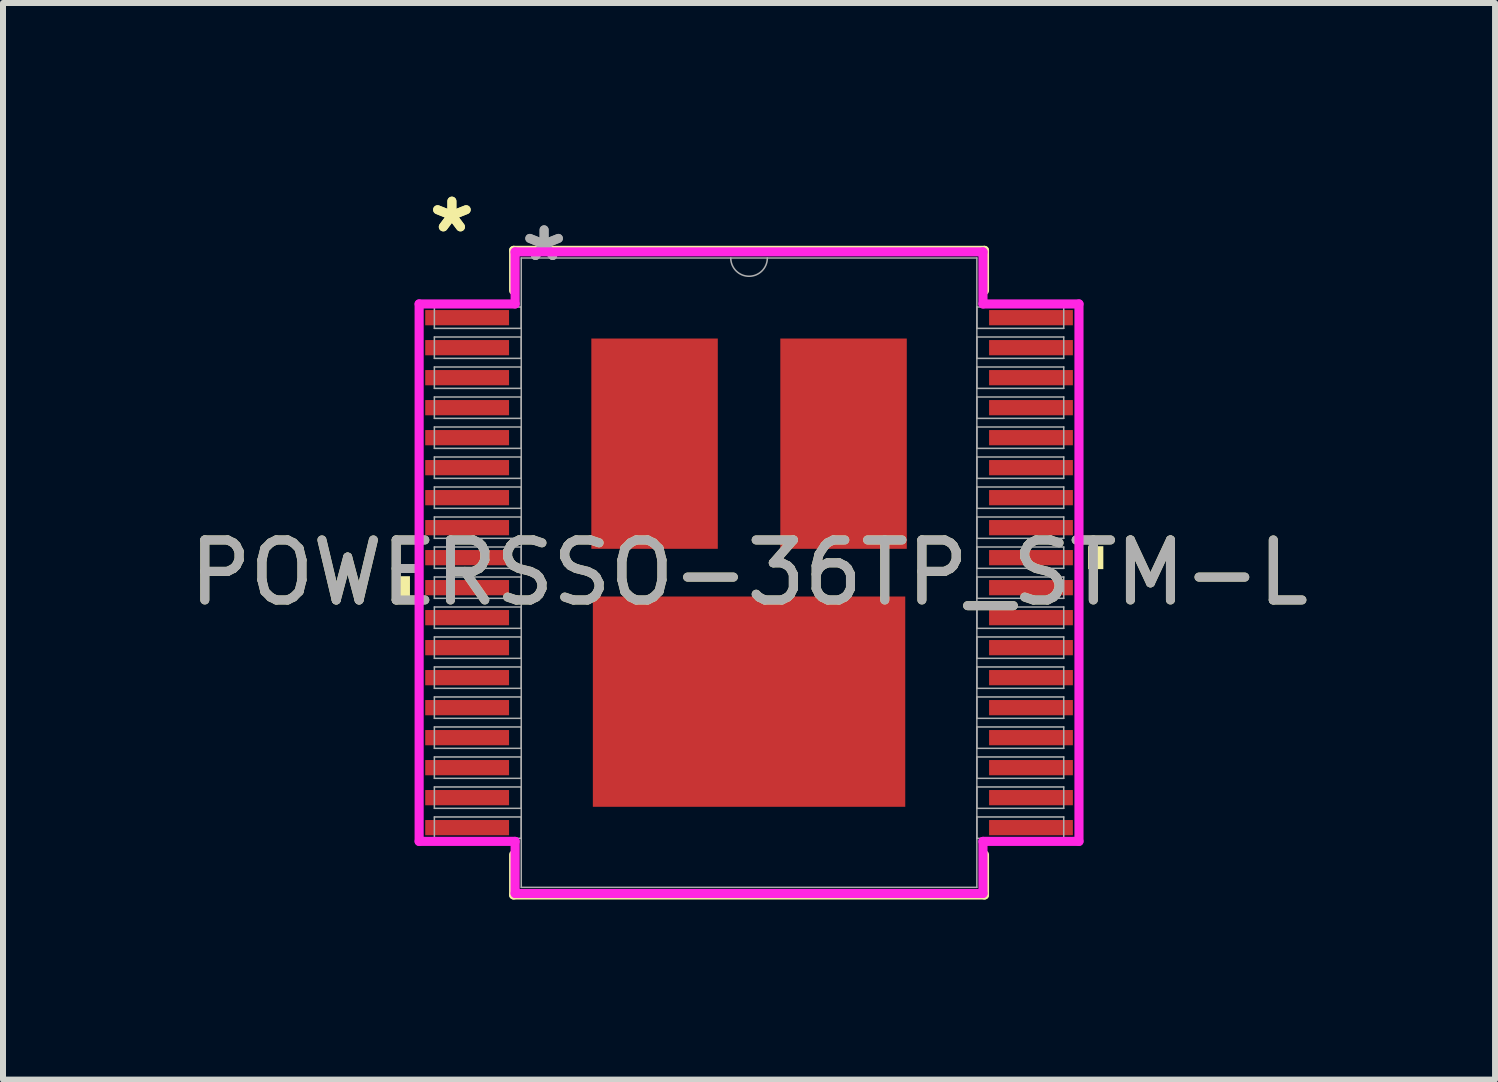
<source format=kicad_pcb>
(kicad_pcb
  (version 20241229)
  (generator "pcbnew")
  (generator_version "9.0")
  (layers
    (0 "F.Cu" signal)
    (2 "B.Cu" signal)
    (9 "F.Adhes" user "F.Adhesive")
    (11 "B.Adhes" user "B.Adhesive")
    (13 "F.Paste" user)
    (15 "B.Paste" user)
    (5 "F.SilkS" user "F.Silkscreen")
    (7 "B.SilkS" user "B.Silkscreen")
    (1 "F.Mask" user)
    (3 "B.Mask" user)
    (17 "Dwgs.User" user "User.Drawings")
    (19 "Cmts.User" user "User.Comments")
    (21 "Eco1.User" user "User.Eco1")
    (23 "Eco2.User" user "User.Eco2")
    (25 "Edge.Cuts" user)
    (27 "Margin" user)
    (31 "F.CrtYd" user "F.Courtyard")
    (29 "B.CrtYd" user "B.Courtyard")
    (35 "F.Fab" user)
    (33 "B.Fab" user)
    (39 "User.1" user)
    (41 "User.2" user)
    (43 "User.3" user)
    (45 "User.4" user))
  (footprint "POWERSSO-36TP_STM-L"
    (layer "F.Cu")
    (at 9.435 6.495)
    (property "Reference" "POWERSSO-36TP_STM-L" (at 0 0 0) (unlocked yes) (layer "F.SilkS") (effects (font (size 1 1) (thickness 0.15))))
    (attr smd)
    (fp_line (start -3.924 -5.372) (end -3.924 -4.701) (stroke (width 0.152) (type solid)) (layer "F.SilkS"))
    (fp_line (start -3.924 4.701) (end -3.924 5.372) (stroke (width 0.152) (type solid)) (layer "F.SilkS"))
    (fp_line (start -3.924 5.372) (end 3.924 5.372) (stroke (width 0.152) (type solid)) (layer "F.SilkS"))
    (fp_line (start 3.924 -5.372) (end -3.924 -5.372) (stroke (width 0.152) (type solid)) (layer "F.SilkS"))
    (fp_line (start 3.924 -4.701) (end 3.924 -5.372) (stroke (width 0.152) (type solid)) (layer "F.SilkS"))
    (fp_line (start 3.924 5.372) (end 3.924 4.701) (stroke (width 0.152) (type solid)) (layer "F.SilkS"))
    (fp_poly (pts (xy -5.905 0.059) (xy -5.905 0.441) (xy -5.652 0.441) (xy -5.652 0.059)) (stroke (width 0) (type solid)) (fill yes) (layer "F.SilkS"))
    (fp_poly (pts (xy 5.905 -0.441) (xy 5.905 -0.059) (xy 5.652 -0.059) (xy 5.652 -0.441)) (stroke (width 0) (type solid)) (fill yes) (layer "F.SilkS"))
    (fp_line (start -5.499 -4.479) (end -3.899 -4.479) (stroke (width 0.152) (type solid)) (layer "F.CrtYd"))
    (fp_line (start -5.499 4.479) (end -5.499 -4.479) (stroke (width 0.152) (type solid)) (layer "F.CrtYd"))
    (fp_line (start -5.499 4.479) (end -3.899 4.479) (stroke (width 0.152) (type solid)) (layer "F.CrtYd"))
    (fp_line (start -3.899 -5.347) (end 3.899 -5.347) (stroke (width 0.152) (type solid)) (layer "F.CrtYd"))
    (fp_line (start -3.899 -4.479) (end -3.899 -5.347) (stroke (width 0.152) (type solid)) (layer "F.CrtYd"))
    (fp_line (start -3.899 5.347) (end -3.899 4.479) (stroke (width 0.152) (type solid)) (layer "F.CrtYd"))
    (fp_line (start 3.899 -5.347) (end 3.899 -4.479) (stroke (width 0.152) (type solid)) (layer "F.CrtYd"))
    (fp_line (start 3.899 4.479) (end 3.899 5.347) (stroke (width 0.152) (type solid)) (layer "F.CrtYd"))
    (fp_line (start 3.899 5.347) (end -3.899 5.347) (stroke (width 0.152) (type solid)) (layer "F.CrtYd"))
    (fp_line (start 5.499 -4.479) (end 3.899 -4.479) (stroke (width 0.152) (type solid)) (layer "F.CrtYd"))
    (fp_line (start 5.499 -4.479) (end 5.499 4.479) (stroke (width 0.152) (type solid)) (layer "F.CrtYd"))
    (fp_line (start 5.499 4.479) (end 3.899 4.479) (stroke (width 0.152) (type solid)) (layer "F.CrtYd"))
    (fp_line (start -5.245 -4.428) (end -5.245 -4.072) (stroke (width 0.025) (type solid)) (layer "F.Fab"))
    (fp_line (start -5.245 -4.072) (end -3.797 -4.072) (stroke (width 0.025) (type solid)) (layer "F.Fab"))
    (fp_line (start -5.245 -3.928) (end -5.245 -3.572) (stroke (width 0.025) (type solid)) (layer "F.Fab"))
    (fp_line (start -5.245 -3.572) (end -3.797 -3.572) (stroke (width 0.025) (type solid)) (layer "F.Fab"))
    (fp_line (start -5.245 -3.428) (end -5.245 -3.072) (stroke (width 0.025) (type solid)) (layer "F.Fab"))
    (fp_line (start -5.245 -3.072) (end -3.797 -3.072) (stroke (width 0.025) (type solid)) (layer "F.Fab"))
    (fp_line (start -5.245 -2.928) (end -5.245 -2.572) (stroke (width 0.025) (type solid)) (layer "F.Fab"))
    (fp_line (start -5.245 -2.572) (end -3.797 -2.572) (stroke (width 0.025) (type solid)) (layer "F.Fab"))
    (fp_line (start -5.245 -2.428) (end -5.245 -2.072) (stroke (width 0.025) (type solid)) (layer "F.Fab"))
    (fp_line (start -5.245 -2.072) (end -3.797 -2.072) (stroke (width 0.025) (type solid)) (layer "F.Fab"))
    (fp_line (start -5.245 -1.928) (end -5.245 -1.572) (stroke (width 0.025) (type solid)) (layer "F.Fab"))
    (fp_line (start -5.245 -1.572) (end -3.797 -1.572) (stroke (width 0.025) (type solid)) (layer "F.Fab"))
    (fp_line (start -5.245 -1.428) (end -5.245 -1.072) (stroke (width 0.025) (type solid)) (layer "F.Fab"))
    (fp_line (start -5.245 -1.072) (end -3.797 -1.072) (stroke (width 0.025) (type solid)) (layer "F.Fab"))
    (fp_line (start -5.245 -0.928) (end -5.245 -0.572) (stroke (width 0.025) (type solid)) (layer "F.Fab"))
    (fp_line (start -5.245 -0.572) (end -3.797 -0.572) (stroke (width 0.025) (type solid)) (layer "F.Fab"))
    (fp_line (start -5.245 -0.428) (end -5.245 -0.072) (stroke (width 0.025) (type solid)) (layer "F.Fab"))
    (fp_line (start -5.245 -0.072) (end -3.797 -0.072) (stroke (width 0.025) (type solid)) (layer "F.Fab"))
    (fp_line (start -5.245 0.072) (end -5.245 0.428) (stroke (width 0.025) (type solid)) (layer "F.Fab"))
    (fp_line (start -5.245 0.428) (end -3.797 0.428) (stroke (width 0.025) (type solid)) (layer "F.Fab"))
    (fp_line (start -5.245 0.572) (end -5.245 0.928) (stroke (width 0.025) (type solid)) (layer "F.Fab"))
    (fp_line (start -5.245 0.928) (end -3.797 0.928) (stroke (width 0.025) (type solid)) (layer "F.Fab"))
    (fp_line (start -5.245 1.072) (end -5.245 1.428) (stroke (width 0.025) (type solid)) (layer "F.Fab"))
    (fp_line (start -5.245 1.428) (end -3.797 1.428) (stroke (width 0.025) (type solid)) (layer "F.Fab"))
    (fp_line (start -5.245 1.572) (end -5.245 1.928) (stroke (width 0.025) (type solid)) (layer "F.Fab"))
    (fp_line (start -5.245 1.928) (end -3.797 1.928) (stroke (width 0.025) (type solid)) (layer "F.Fab"))
    (fp_line (start -5.245 2.072) (end -5.245 2.428) (stroke (width 0.025) (type solid)) (layer "F.Fab"))
    (fp_line (start -5.245 2.428) (end -3.797 2.428) (stroke (width 0.025) (type solid)) (layer "F.Fab"))
    (fp_line (start -5.245 2.572) (end -5.245 2.928) (stroke (width 0.025) (type solid)) (layer "F.Fab"))
    (fp_line (start -5.245 2.928) (end -3.797 2.928) (stroke (width 0.025) (type solid)) (layer "F.Fab"))
    (fp_line (start -5.245 3.072) (end -5.245 3.428) (stroke (width 0.025) (type solid)) (layer "F.Fab"))
    (fp_line (start -5.245 3.428) (end -3.797 3.428) (stroke (width 0.025) (type solid)) (layer "F.Fab"))
    (fp_line (start -5.245 3.572) (end -5.245 3.928) (stroke (width 0.025) (type solid)) (layer "F.Fab"))
    (fp_line (start -5.245 3.928) (end -3.797 3.928) (stroke (width 0.025) (type solid)) (layer "F.Fab"))
    (fp_line (start -5.245 4.072) (end -5.245 4.428) (stroke (width 0.025) (type solid)) (layer "F.Fab"))
    (fp_line (start -5.245 4.428) (end -3.797 4.428) (stroke (width 0.025) (type solid)) (layer "F.Fab"))
    (fp_line (start -3.797 -5.245) (end -3.797 5.245) (stroke (width 0.025) (type solid)) (layer "F.Fab"))
    (fp_line (start -3.797 -4.428) (end -5.245 -4.428) (stroke (width 0.025) (type solid)) (layer "F.Fab"))
    (fp_line (start -3.797 -4.072) (end -3.797 -4.428) (stroke (width 0.025) (type solid)) (layer "F.Fab"))
    (fp_line (start -3.797 -3.928) (end -5.245 -3.928) (stroke (width 0.025) (type solid)) (layer "F.Fab"))
    (fp_line (start -3.797 -3.572) (end -3.797 -3.928) (stroke (width 0.025) (type solid)) (layer "F.Fab"))
    (fp_line (start -3.797 -3.428) (end -5.245 -3.428) (stroke (width 0.025) (type solid)) (layer "F.Fab"))
    (fp_line (start -3.797 -3.072) (end -3.797 -3.428) (stroke (width 0.025) (type solid)) (layer "F.Fab"))
    (fp_line (start -3.797 -2.928) (end -5.245 -2.928) (stroke (width 0.025) (type solid)) (layer "F.Fab"))
    (fp_line (start -3.797 -2.572) (end -3.797 -2.928) (stroke (width 0.025) (type solid)) (layer "F.Fab"))
    (fp_line (start -3.797 -2.428) (end -5.245 -2.428) (stroke (width 0.025) (type solid)) (layer "F.Fab"))
    (fp_line (start -3.797 -2.072) (end -3.797 -2.428) (stroke (width 0.025) (type solid)) (layer "F.Fab"))
    (fp_line (start -3.797 -1.928) (end -5.245 -1.928) (stroke (width 0.025) (type solid)) (layer "F.Fab"))
    (fp_line (start -3.797 -1.572) (end -3.797 -1.928) (stroke (width 0.025) (type solid)) (layer "F.Fab"))
    (fp_line (start -3.797 -1.428) (end -5.245 -1.428) (stroke (width 0.025) (type solid)) (layer "F.Fab"))
    (fp_line (start -3.797 -1.072) (end -3.797 -1.428) (stroke (width 0.025) (type solid)) (layer "F.Fab"))
    (fp_line (start -3.797 -0.928) (end -5.245 -0.928) (stroke (width 0.025) (type solid)) (layer "F.Fab"))
    (fp_line (start -3.797 -0.572) (end -3.797 -0.928) (stroke (width 0.025) (type solid)) (layer "F.Fab"))
    (fp_line (start -3.797 -0.428) (end -5.245 -0.428) (stroke (width 0.025) (type solid)) (layer "F.Fab"))
    (fp_line (start -3.797 -0.072) (end -3.797 -0.428) (stroke (width 0.025) (type solid)) (layer "F.Fab"))
    (fp_line (start -3.797 0.072) (end -5.245 0.072) (stroke (width 0.025) (type solid)) (layer "F.Fab"))
    (fp_line (start -3.797 0.428) (end -3.797 0.072) (stroke (width 0.025) (type solid)) (layer "F.Fab"))
    (fp_line (start -3.797 0.572) (end -5.245 0.572) (stroke (width 0.025) (type solid)) (layer "F.Fab"))
    (fp_line (start -3.797 0.928) (end -3.797 0.572) (stroke (width 0.025) (type solid)) (layer "F.Fab"))
    (fp_line (start -3.797 1.072) (end -5.245 1.072) (stroke (width 0.025) (type solid)) (layer "F.Fab"))
    (fp_line (start -3.797 1.428) (end -3.797 1.072) (stroke (width 0.025) (type solid)) (layer "F.Fab"))
    (fp_line (start -3.797 1.572) (end -5.245 1.572) (stroke (width 0.025) (type solid)) (layer "F.Fab"))
    (fp_line (start -3.797 1.928) (end -3.797 1.572) (stroke (width 0.025) (type solid)) (layer "F.Fab"))
    (fp_line (start -3.797 2.072) (end -5.245 2.072) (stroke (width 0.025) (type solid)) (layer "F.Fab"))
    (fp_line (start -3.797 2.428) (end -3.797 2.072) (stroke (width 0.025) (type solid)) (layer "F.Fab"))
    (fp_line (start -3.797 2.572) (end -5.245 2.572) (stroke (width 0.025) (type solid)) (layer "F.Fab"))
    (fp_line (start -3.797 2.928) (end -3.797 2.572) (stroke (width 0.025) (type solid)) (layer "F.Fab"))
    (fp_line (start -3.797 3.072) (end -5.245 3.072) (stroke (width 0.025) (type solid)) (layer "F.Fab"))
    (fp_line (start -3.797 3.428) (end -3.797 3.072) (stroke (width 0.025) (type solid)) (layer "F.Fab"))
    (fp_line (start -3.797 3.572) (end -5.245 3.572) (stroke (width 0.025) (type solid)) (layer "F.Fab"))
    (fp_line (start -3.797 3.928) (end -3.797 3.572) (stroke (width 0.025) (type solid)) (layer "F.Fab"))
    (fp_line (start -3.797 4.072) (end -5.245 4.072) (stroke (width 0.025) (type solid)) (layer "F.Fab"))
    (fp_line (start -3.797 4.428) (end -3.797 4.072) (stroke (width 0.025) (type solid)) (layer "F.Fab"))
    (fp_line (start -3.797 5.245) (end 3.797 5.245) (stroke (width 0.025) (type solid)) (layer "F.Fab"))
    (fp_line (start 3.797 -5.245) (end -3.797 -5.245) (stroke (width 0.025) (type solid)) (layer "F.Fab"))
    (fp_line (start 3.797 -4.428) (end 3.797 -4.072) (stroke (width 0.025) (type solid)) (layer "F.Fab"))
    (fp_line (start 3.797 -4.072) (end 5.245 -4.072) (stroke (width 0.025) (type solid)) (layer "F.Fab"))
    (fp_line (start 3.797 -3.928) (end 3.797 -3.572) (stroke (width 0.025) (type solid)) (layer "F.Fab"))
    (fp_line (start 3.797 -3.572) (end 5.245 -3.572) (stroke (width 0.025) (type solid)) (layer "F.Fab"))
    (fp_line (start 3.797 -3.428) (end 3.797 -3.072) (stroke (width 0.025) (type solid)) (layer "F.Fab"))
    (fp_line (start 3.797 -3.072) (end 5.245 -3.072) (stroke (width 0.025) (type solid)) (layer "F.Fab"))
    (fp_line (start 3.797 -2.928) (end 3.797 -2.572) (stroke (width 0.025) (type solid)) (layer "F.Fab"))
    (fp_line (start 3.797 -2.572) (end 5.245 -2.572) (stroke (width 0.025) (type solid)) (layer "F.Fab"))
    (fp_line (start 3.797 -2.428) (end 3.797 -2.072) (stroke (width 0.025) (type solid)) (layer "F.Fab"))
    (fp_line (start 3.797 -2.072) (end 5.245 -2.072) (stroke (width 0.025) (type solid)) (layer "F.Fab"))
    (fp_line (start 3.797 -1.928) (end 3.797 -1.572) (stroke (width 0.025) (type solid)) (layer "F.Fab"))
    (fp_line (start 3.797 -1.572) (end 5.245 -1.572) (stroke (width 0.025) (type solid)) (layer "F.Fab"))
    (fp_line (start 3.797 -1.428) (end 3.797 -1.072) (stroke (width 0.025) (type solid)) (layer "F.Fab"))
    (fp_line (start 3.797 -1.072) (end 5.245 -1.072) (stroke (width 0.025) (type solid)) (layer "F.Fab"))
    (fp_line (start 3.797 -0.928) (end 3.797 -0.572) (stroke (width 0.025) (type solid)) (layer "F.Fab"))
    (fp_line (start 3.797 -0.572) (end 5.245 -0.572) (stroke (width 0.025) (type solid)) (layer "F.Fab"))
    (fp_line (start 3.797 -0.428) (end 3.797 -0.072) (stroke (width 0.025) (type solid)) (layer "F.Fab"))
    (fp_line (start 3.797 -0.072) (end 5.245 -0.072) (stroke (width 0.025) (type solid)) (layer "F.Fab"))
    (fp_line (start 3.797 0.072) (end 3.797 0.428) (stroke (width 0.025) (type solid)) (layer "F.Fab"))
    (fp_line (start 3.797 0.428) (end 5.245 0.428) (stroke (width 0.025) (type solid)) (layer "F.Fab"))
    (fp_line (start 3.797 0.572) (end 3.797 0.928) (stroke (width 0.025) (type solid)) (layer "F.Fab"))
    (fp_line (start 3.797 0.928) (end 5.245 0.928) (stroke (width 0.025) (type solid)) (layer "F.Fab"))
    (fp_line (start 3.797 1.072) (end 3.797 1.428) (stroke (width 0.025) (type solid)) (layer "F.Fab"))
    (fp_line (start 3.797 1.428) (end 5.245 1.428) (stroke (width 0.025) (type solid)) (layer "F.Fab"))
    (fp_line (start 3.797 1.572) (end 3.797 1.928) (stroke (width 0.025) (type solid)) (layer "F.Fab"))
    (fp_line (start 3.797 1.928) (end 5.245 1.928) (stroke (width 0.025) (type solid)) (layer "F.Fab"))
    (fp_line (start 3.797 2.072) (end 3.797 2.428) (stroke (width 0.025) (type solid)) (layer "F.Fab"))
    (fp_line (start 3.797 2.428) (end 5.245 2.428) (stroke (width 0.025) (type solid)) (layer "F.Fab"))
    (fp_line (start 3.797 2.572) (end 3.797 2.928) (stroke (width 0.025) (type solid)) (layer "F.Fab"))
    (fp_line (start 3.797 2.928) (end 5.245 2.928) (stroke (width 0.025) (type solid)) (layer "F.Fab"))
    (fp_line (start 3.797 3.072) (end 3.797 3.428) (stroke (width 0.025) (type solid)) (layer "F.Fab"))
    (fp_line (start 3.797 3.428) (end 5.245 3.428) (stroke (width 0.025) (type solid)) (layer "F.Fab"))
    (fp_line (start 3.797 3.572) (end 3.797 3.928) (stroke (width 0.025) (type solid)) (layer "F.Fab"))
    (fp_line (start 3.797 3.928) (end 5.245 3.928) (stroke (width 0.025) (type solid)) (layer "F.Fab"))
    (fp_line (start 3.797 4.072) (end 3.797 4.428) (stroke (width 0.025) (type solid)) (layer "F.Fab"))
    (fp_line (start 3.797 4.428) (end 5.245 4.428) (stroke (width 0.025) (type solid)) (layer "F.Fab"))
    (fp_line (start 3.797 5.245) (end 3.797 -5.245) (stroke (width 0.025) (type solid)) (layer "F.Fab"))
    (fp_line (start 5.245 -4.428) (end 3.797 -4.428) (stroke (width 0.025) (type solid)) (layer "F.Fab"))
    (fp_line (start 5.245 -4.072) (end 5.245 -4.428) (stroke (width 0.025) (type solid)) (layer "F.Fab"))
    (fp_line (start 5.245 -3.928) (end 3.797 -3.928) (stroke (width 0.025) (type solid)) (layer "F.Fab"))
    (fp_line (start 5.245 -3.572) (end 5.245 -3.928) (stroke (width 0.025) (type solid)) (layer "F.Fab"))
    (fp_line (start 5.245 -3.428) (end 3.797 -3.428) (stroke (width 0.025) (type solid)) (layer "F.Fab"))
    (fp_line (start 5.245 -3.072) (end 5.245 -3.428) (stroke (width 0.025) (type solid)) (layer "F.Fab"))
    (fp_line (start 5.245 -2.928) (end 3.797 -2.928) (stroke (width 0.025) (type solid)) (layer "F.Fab"))
    (fp_line (start 5.245 -2.572) (end 5.245 -2.928) (stroke (width 0.025) (type solid)) (layer "F.Fab"))
    (fp_line (start 5.245 -2.428) (end 3.797 -2.428) (stroke (width 0.025) (type solid)) (layer "F.Fab"))
    (fp_line (start 5.245 -2.072) (end 5.245 -2.428) (stroke (width 0.025) (type solid)) (layer "F.Fab"))
    (fp_line (start 5.245 -1.928) (end 3.797 -1.928) (stroke (width 0.025) (type solid)) (layer "F.Fab"))
    (fp_line (start 5.245 -1.572) (end 5.245 -1.928) (stroke (width 0.025) (type solid)) (layer "F.Fab"))
    (fp_line (start 5.245 -1.428) (end 3.797 -1.428) (stroke (width 0.025) (type solid)) (layer "F.Fab"))
    (fp_line (start 5.245 -1.072) (end 5.245 -1.428) (stroke (width 0.025) (type solid)) (layer "F.Fab"))
    (fp_line (start 5.245 -0.928) (end 3.797 -0.928) (stroke (width 0.025) (type solid)) (layer "F.Fab"))
    (fp_line (start 5.245 -0.572) (end 5.245 -0.928) (stroke (width 0.025) (type solid)) (layer "F.Fab"))
    (fp_line (start 5.245 -0.428) (end 3.797 -0.428) (stroke (width 0.025) (type solid)) (layer "F.Fab"))
    (fp_line (start 5.245 -0.072) (end 5.245 -0.428) (stroke (width 0.025) (type solid)) (layer "F.Fab"))
    (fp_line (start 5.245 0.072) (end 3.797 0.072) (stroke (width 0.025) (type solid)) (layer "F.Fab"))
    (fp_line (start 5.245 0.428) (end 5.245 0.072) (stroke (width 0.025) (type solid)) (layer "F.Fab"))
    (fp_line (start 5.245 0.572) (end 3.797 0.572) (stroke (width 0.025) (type solid)) (layer "F.Fab"))
    (fp_line (start 5.245 0.928) (end 5.245 0.572) (stroke (width 0.025) (type solid)) (layer "F.Fab"))
    (fp_line (start 5.245 1.072) (end 3.797 1.072) (stroke (width 0.025) (type solid)) (layer "F.Fab"))
    (fp_line (start 5.245 1.428) (end 5.245 1.072) (stroke (width 0.025) (type solid)) (layer "F.Fab"))
    (fp_line (start 5.245 1.572) (end 3.797 1.572) (stroke (width 0.025) (type solid)) (layer "F.Fab"))
    (fp_line (start 5.245 1.928) (end 5.245 1.572) (stroke (width 0.025) (type solid)) (layer "F.Fab"))
    (fp_line (start 5.245 2.072) (end 3.797 2.072) (stroke (width 0.025) (type solid)) (layer "F.Fab"))
    (fp_line (start 5.245 2.428) (end 5.245 2.072) (stroke (width 0.025) (type solid)) (layer "F.Fab"))
    (fp_line (start 5.245 2.572) (end 3.797 2.572) (stroke (width 0.025) (type solid)) (layer "F.Fab"))
    (fp_line (start 5.245 2.928) (end 5.245 2.572) (stroke (width 0.025) (type solid)) (layer "F.Fab"))
    (fp_line (start 5.245 3.072) (end 3.797 3.072) (stroke (width 0.025) (type solid)) (layer "F.Fab"))
    (fp_line (start 5.245 3.428) (end 5.245 3.072) (stroke (width 0.025) (type solid)) (layer "F.Fab"))
    (fp_line (start 5.245 3.572) (end 3.797 3.572) (stroke (width 0.025) (type solid)) (layer "F.Fab"))
    (fp_line (start 5.245 3.928) (end 5.245 3.572) (stroke (width 0.025) (type solid)) (layer "F.Fab"))
    (fp_line (start 5.245 4.072) (end 3.797 4.072) (stroke (width 0.025) (type solid)) (layer "F.Fab"))
    (fp_line (start 5.245 4.428) (end 5.245 4.072) (stroke (width 0.025) (type solid)) (layer "F.Fab"))
    (fp_arc (start 0.3048 -5.2451) (mid 0 -4.9403) (end -0.3048 -5.2451) (stroke (width 0.0254) (type solid)) (layer "F.Fab"))
    (fp_text user "*" (at -4.953 -5.647 0) (unlocked yes) (layer "F.SilkS") (effects (font (size 1 1) (thickness 0.15))))
    (fp_text user "*" (at -4.953 -5.647 0) (layer "F.SilkS") (effects (font (size 1 1) (thickness 0.15))))
    (fp_text user "*" (at -3.416 -5.169 0) (layer "F.Fab") (effects (font (size 1 1) (thickness 0.15))))
    (fp_text user "${REFERENCE}" (at 0 0 0) (unlocked yes) (layer "F.Fab") (effects (font (size 1 1) (thickness 0.15))))
    (fp_text user "*" (at -3.416 -5.169 0) (unlocked yes) (layer "F.Fab") (effects (font (size 1 1) (thickness 0.15))))
    (pad "1" smd rect (at -4.699 -4.25) (size 1.397 0.254) (layers "F.Cu" "F.Mask" "F.Paste"))
    (pad "2" smd rect (at -4.699 -3.75) (size 1.397 0.254) (layers "F.Cu" "F.Mask" "F.Paste"))
    (pad "3" smd rect (at -4.699 -3.25) (size 1.397 0.254) (layers "F.Cu" "F.Mask" "F.Paste"))
    (pad "4" smd rect (at -4.699 -2.75) (size 1.397 0.254) (layers "F.Cu" "F.Mask" "F.Paste"))
    (pad "5" smd rect (at -4.699 -2.25) (size 1.397 0.254) (layers "F.Cu" "F.Mask" "F.Paste"))
    (pad "6" smd rect (at -4.699 -1.75) (size 1.397 0.254) (layers "F.Cu" "F.Mask" "F.Paste"))
    (pad "7" smd rect (at -4.699 -1.25) (size 1.397 0.254) (layers "F.Cu" "F.Mask" "F.Paste"))
    (pad "8" smd rect (at -4.699 -0.75) (size 1.397 0.254) (layers "F.Cu" "F.Mask" "F.Paste"))
    (pad "9" smd rect (at -4.699 -0.25) (size 1.397 0.254) (layers "F.Cu" "F.Mask" "F.Paste"))
    (pad "10" smd rect (at -4.699 0.25) (size 1.397 0.254) (layers "F.Cu" "F.Mask" "F.Paste"))
    (pad "11" smd rect (at -4.699 0.75) (size 1.397 0.254) (layers "F.Cu" "F.Mask" "F.Paste"))
    (pad "12" smd rect (at -4.699 1.25) (size 1.397 0.254) (layers "F.Cu" "F.Mask" "F.Paste"))
    (pad "13" smd rect (at -4.699 1.75) (size 1.397 0.254) (layers "F.Cu" "F.Mask" "F.Paste"))
    (pad "14" smd rect (at -4.699 2.25) (size 1.397 0.254) (layers "F.Cu" "F.Mask" "F.Paste"))
    (pad "15" smd rect (at -4.699 2.75) (size 1.397 0.254) (layers "F.Cu" "F.Mask" "F.Paste"))
    (pad "16" smd rect (at -4.699 3.25) (size 1.397 0.254) (layers "F.Cu" "F.Mask" "F.Paste"))
    (pad "17" smd rect (at -4.699 3.75) (size 1.397 0.254) (layers "F.Cu" "F.Mask" "F.Paste"))
    (pad "18" smd rect (at -4.699 4.25) (size 1.397 0.254) (layers "F.Cu" "F.Mask" "F.Paste"))
    (pad "19" smd rect (at 4.699 4.25) (size 1.397 0.254) (layers "F.Cu" "F.Mask" "F.Paste"))
    (pad "20" smd rect (at 4.699 3.75) (size 1.397 0.254) (layers "F.Cu" "F.Mask" "F.Paste"))
    (pad "21" smd rect (at 4.699 3.25) (size 1.397 0.254) (layers "F.Cu" "F.Mask" "F.Paste"))
    (pad "22" smd rect (at 4.699 2.75) (size 1.397 0.254) (layers "F.Cu" "F.Mask" "F.Paste"))
    (pad "23" smd rect (at 4.699 2.25) (size 1.397 0.254) (layers "F.Cu" "F.Mask" "F.Paste"))
    (pad "24" smd rect (at 4.699 1.75) (size 1.397 0.254) (layers "F.Cu" "F.Mask" "F.Paste"))
    (pad "25" smd rect (at 4.699 1.25) (size 1.397 0.254) (layers "F.Cu" "F.Mask" "F.Paste"))
    (pad "26" smd rect (at 4.699 0.75) (size 1.397 0.254) (layers "F.Cu" "F.Mask" "F.Paste"))
    (pad "27" smd rect (at 4.699 0.25) (size 1.397 0.254) (layers "F.Cu" "F.Mask" "F.Paste"))
    (pad "28" smd rect (at 4.699 -0.25) (size 1.397 0.254) (layers "F.Cu" "F.Mask" "F.Paste"))
    (pad "29" smd rect (at 4.699 -0.75) (size 1.397 0.254) (layers "F.Cu" "F.Mask" "F.Paste"))
    (pad "30" smd rect (at 4.699 -1.25) (size 1.397 0.254) (layers "F.Cu" "F.Mask" "F.Paste"))
    (pad "31" smd rect (at 4.699 -1.75) (size 1.397 0.254) (layers "F.Cu" "F.Mask" "F.Paste"))
    (pad "32" smd rect (at 4.699 -2.25) (size 1.397 0.254) (layers "F.Cu" "F.Mask" "F.Paste"))
    (pad "33" smd rect (at 4.699 -2.75) (size 1.397 0.254) (layers "F.Cu" "F.Mask" "F.Paste"))
    (pad "34" smd rect (at 4.699 -3.25) (size 1.397 0.254) (layers "F.Cu" "F.Mask" "F.Paste"))
    (pad "35" smd rect (at 4.699 -3.75) (size 1.397 0.254) (layers "F.Cu" "F.Mask" "F.Paste"))
    (pad "36" smd rect (at 4.699 -4.25) (size 1.397 0.254) (layers "F.Cu" "F.Mask" "F.Paste"))
    (pad "37" smd rect (at 0 2.15) (size 5.207 3.505) (layers "F.Cu" "F.Mask" "F.Paste"))
    (pad "38" smd rect (at -1.575 -2.15) (size 2.108 3.505) (layers "F.Cu" "F.Mask" "F.Paste"))
    (pad "39" smd rect (at 1.575 -2.15) (size 2.108 3.505) (layers "F.Cu" "F.Mask" "F.Paste")))
  (gr_rect
    (start -3 -3)
    (end 21.869 14.944)
    (stroke (width 0.1) (type default))
    (fill no)
    (layer "Edge.Cuts")))
</source>
